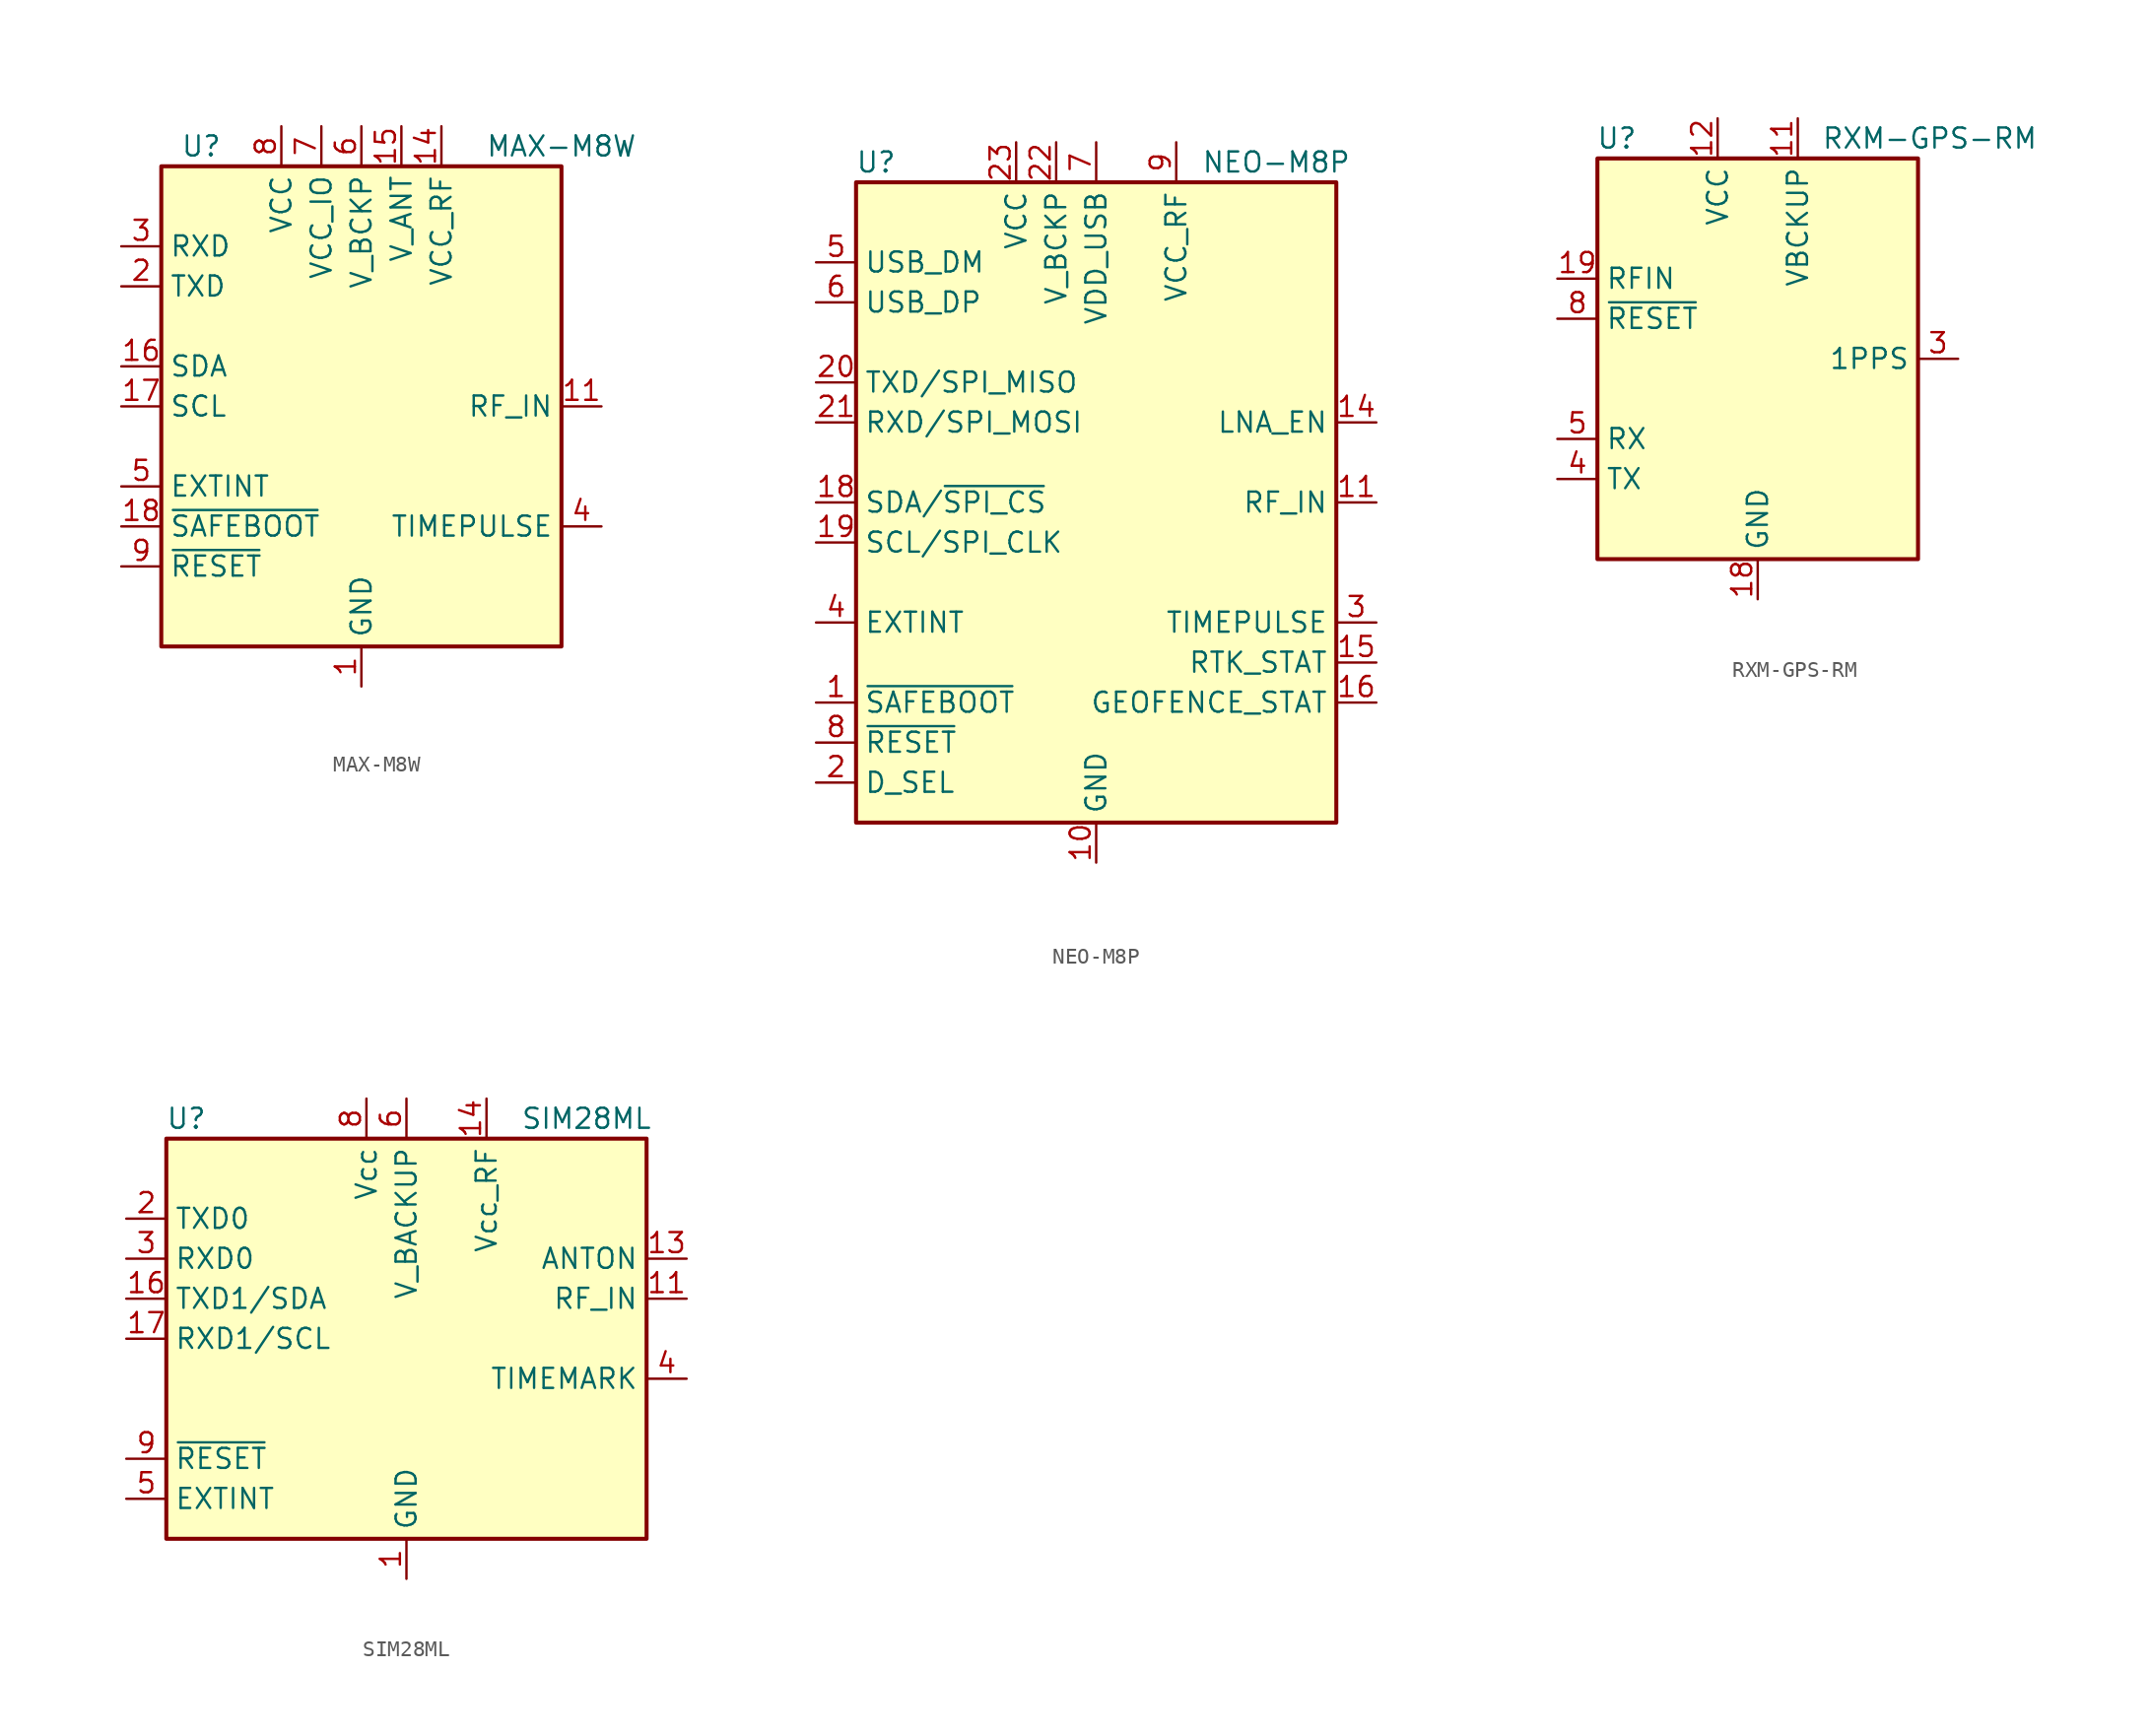
<source format=kicad_sym>
(kicad_symbol_lib
  (version 20201005)
  (generator kicad_symbol_editor)
  (symbol "MAX-M8W"
    (property "Reference" "U"
      (at -10.16 16.51 0)
      (effects (font (size 1.27 1.27))))
    (property "Value" "MAX-M8W"
      (at 12.7 16.51 0)
      (effects (font (size 1.27 1.27))))
    (symbol "MAX-M8W_0_1"
      (rectangle (start 12.7 15.24) (end -12.7 -15.24) (stroke (width 0.254)) (fill (type background))))
    (symbol "MAX-M8W_1_1"
      (pin power_in line (at 0 -17.78 90) (length 2.54) (name "GND" (effects (font (size 1.27 1.27)))) (number "1" (effects (font (size 1.27 1.27)))))
      (pin passive line (at 0 -17.78 90) (length 2.54) hide (name "GND" (effects (font (size 1.27 1.27)))) (number "10" (effects (font (size 1.27 1.27)))))
      (pin input line (at 15.24 0 180) (length 2.54) (name "RF_IN" (effects (font (size 1.27 1.27)))) (number "11" (effects (font (size 1.27 1.27)))))
      (pin passive line (at 0 -17.78 90) (length 2.54) hide (name "GND" (effects (font (size 1.27 1.27)))) (number "12" (effects (font (size 1.27 1.27)))))
      (pin no_connect line (at 12.7 -5.08 180) (length 2.54) hide (name "Reserved" (effects (font (size 1.27 1.27)))) (number "13" (effects (font (size 1.27 1.27)))))
      (pin power_out line (at 5.08 17.78 270) (length 2.54) (name "VCC_RF" (effects (font (size 1.27 1.27)))) (number "14" (effects (font (size 1.27 1.27)))))
      (pin power_in line (at 2.54 17.78 270) (length 2.54) (name "V_ANT" (effects (font (size 1.27 1.27)))) (number "15" (effects (font (size 1.27 1.27)))))
      (pin bidirectional line (at -15.24 2.54 0) (length 2.54) (name "SDA" (effects (font (size 1.27 1.27)))) (number "16" (effects (font (size 1.27 1.27)))))
      (pin input line (at -15.24 0 0) (length 2.54) (name "SCL" (effects (font (size 1.27 1.27)))) (number "17" (effects (font (size 1.27 1.27)))))
      (pin input line (at -15.24 -7.62 0) (length 2.54) (name "~SAFEBOOT" (effects (font (size 1.27 1.27)))) (number "18" (effects (font (size 1.27 1.27)))))
      (pin output line (at -15.24 7.62 0) (length 2.54) (name "TXD" (effects (font (size 1.27 1.27)))) (number "2" (effects (font (size 1.27 1.27)))))
      (pin input line (at -15.24 10.16 0) (length 2.54) (name "RXD" (effects (font (size 1.27 1.27)))) (number "3" (effects (font (size 1.27 1.27)))))
      (pin output line (at 15.24 -7.62 180) (length 2.54) (name "TIMEPULSE" (effects (font (size 1.27 1.27)))) (number "4" (effects (font (size 1.27 1.27)))))
      (pin input line (at -15.24 -5.08 0) (length 2.54) (name "EXTINT" (effects (font (size 1.27 1.27)))) (number "5" (effects (font (size 1.27 1.27)))))
      (pin power_in line (at 0 17.78 270) (length 2.54) (name "V_BCKP" (effects (font (size 1.27 1.27)))) (number "6" (effects (font (size 1.27 1.27)))))
      (pin power_in line (at -2.54 17.78 270) (length 2.54) (name "VCC_IO" (effects (font (size 1.27 1.27)))) (number "7" (effects (font (size 1.27 1.27)))))
      (pin power_in line (at -5.08 17.78 270) (length 2.54) (name "VCC" (effects (font (size 1.27 1.27)))) (number "8" (effects (font (size 1.27 1.27)))))
      (pin input line (at -15.24 -10.16 0) (length 2.54) (name "~RESET" (effects (font (size 1.27 1.27)))) (number "9" (effects (font (size 1.27 1.27)))))))
  (symbol "NEO-M8P"
    (property "Reference" "U"
      (at -13.97 21.59 0)
      (effects (font (size 1.27 1.27))))
    (property "Value" "NEO-M8P"
      (at 11.43 21.59 0)
      (effects (font (size 1.27 1.27))))
    (symbol "NEO-M8P_0_1"
      (rectangle (start -15.24 20.32) (end 15.24 -20.32) (stroke (width 0.254)) (fill (type background))))
    (symbol "NEO-M8P_1_1"
      (pin input line (at -17.78 -12.7 0) (length 2.54) (name "~SAFEBOOT" (effects (font (size 1.27 1.27)))) (number "1" (effects (font (size 1.27 1.27)))))
      (pin power_in line (at 0 -22.86 90) (length 2.54) (name "GND" (effects (font (size 1.27 1.27)))) (number "10" (effects (font (size 1.27 1.27)))))
      (pin input line (at 17.78 0 180) (length 2.54) (name "RF_IN" (effects (font (size 1.27 1.27)))) (number "11" (effects (font (size 1.27 1.27)))))
      (pin passive line (at 0 -22.86 90) (length 2.54) hide (name "GND" (effects (font (size 1.27 1.27)))) (number "12" (effects (font (size 1.27 1.27)))))
      (pin passive line (at 0 -22.86 90) (length 2.54) hide (name "GND" (effects (font (size 1.27 1.27)))) (number "13" (effects (font (size 1.27 1.27)))))
      (pin output line (at 17.78 5.08 180) (length 2.54) (name "LNA_EN" (effects (font (size 1.27 1.27)))) (number "14" (effects (font (size 1.27 1.27)))))
      (pin output line (at 17.78 -10.16 180) (length 2.54) (name "RTK_STAT" (effects (font (size 1.27 1.27)))) (number "15" (effects (font (size 1.27 1.27)))))
      (pin output line (at 17.78 -12.7 180) (length 2.54) (name "GEOFENCE_STAT" (effects (font (size 1.27 1.27)))) (number "16" (effects (font (size 1.27 1.27)))))
      (pin no_connect line (at 15.24 -17.78 180) (length 2.54) hide (name "RESERVED" (effects (font (size 1.27 1.27)))) (number "17" (effects (font (size 1.27 1.27)))))
      (pin bidirectional line (at -17.78 0 0) (length 2.54) (name "SDA/~SPI_CS" (effects (font (size 1.27 1.27)))) (number "18" (effects (font (size 1.27 1.27)))))
      (pin input line (at -17.78 -2.54 0) (length 2.54) (name "SCL/SPI_CLK" (effects (font (size 1.27 1.27)))) (number "19" (effects (font (size 1.27 1.27)))))
      (pin input line (at -17.78 -17.78 0) (length 2.54) (name "D_SEL" (effects (font (size 1.27 1.27)))) (number "2" (effects (font (size 1.27 1.27)))))
      (pin output line (at -17.78 7.62 0) (length 2.54) (name "TXD/SPI_MISO" (effects (font (size 1.27 1.27)))) (number "20" (effects (font (size 1.27 1.27)))))
      (pin input line (at -17.78 5.08 0) (length 2.54) (name "RXD/SPI_MOSI" (effects (font (size 1.27 1.27)))) (number "21" (effects (font (size 1.27 1.27)))))
      (pin power_in line (at -2.54 22.86 270) (length 2.54) (name "V_BCKP" (effects (font (size 1.27 1.27)))) (number "22" (effects (font (size 1.27 1.27)))))
      (pin power_in line (at -5.08 22.86 270) (length 2.54) (name "VCC" (effects (font (size 1.27 1.27)))) (number "23" (effects (font (size 1.27 1.27)))))
      (pin passive line (at 0 -22.86 90) (length 2.54) hide (name "GND" (effects (font (size 1.27 1.27)))) (number "24" (effects (font (size 1.27 1.27)))))
      (pin output line (at 17.78 -7.62 180) (length 2.54) (name "TIMEPULSE" (effects (font (size 1.27 1.27)))) (number "3" (effects (font (size 1.27 1.27)))))
      (pin input line (at -17.78 -7.62 0) (length 2.54) (name "EXTINT" (effects (font (size 1.27 1.27)))) (number "4" (effects (font (size 1.27 1.27)))))
      (pin bidirectional line (at -17.78 15.24 0) (length 2.54) (name "USB_DM" (effects (font (size 1.27 1.27)))) (number "5" (effects (font (size 1.27 1.27)))))
      (pin bidirectional line (at -17.78 12.7 0) (length 2.54) (name "USB_DP" (effects (font (size 1.27 1.27)))) (number "6" (effects (font (size 1.27 1.27)))))
      (pin power_in line (at 0 22.86 270) (length 2.54) (name "VDD_USB" (effects (font (size 1.27 1.27)))) (number "7" (effects (font (size 1.27 1.27)))))
      (pin input line (at -17.78 -15.24 0) (length 2.54) (name "~RESET" (effects (font (size 1.27 1.27)))) (number "8" (effects (font (size 1.27 1.27)))))
      (pin power_out line (at 5.08 22.86 270) (length 2.54) (name "VCC_RF" (effects (font (size 1.27 1.27)))) (number "9" (effects (font (size 1.27 1.27)))))))
  (symbol "RXM-GPS-RM"
    (property "Reference" "U"
      (at -7.62 13.97 0)
      (effects (font (size 1.27 1.27)) (justify right)))
    (property "Value" "RXM-GPS-RM"
      (at 17.78 13.97 0)
      (effects (font (size 1.27 1.27)) (justify right)))
    (symbol "RXM-GPS-RM_0_1"
      (rectangle (start 10.16 -12.7) (end -10.16 12.7) (stroke (width 0.254)) (fill (type background))))
    (symbol "RXM-GPS-RM_1_1"
      (pin no_connect line (at -10.16 10.16 0) (length 2.54) hide (name "NC" (effects (font (size 1.27 1.27)))) (number "1" (effects (font (size 1.27 1.27)))))
      (pin no_connect line (at 10.16 10.16 180) (length 2.54) hide (name "NC" (effects (font (size 1.27 1.27)))) (number "10" (effects (font (size 1.27 1.27)))))
      (pin power_in line (at 2.54 15.24 270) (length 2.54) (name "VBCKUP" (effects (font (size 1.27 1.27)))) (number "11" (effects (font (size 1.27 1.27)))))
      (pin power_in line (at -2.54 15.24 270) (length 2.54) (name "VCC" (effects (font (size 1.27 1.27)))) (number "12" (effects (font (size 1.27 1.27)))))
      (pin no_connect line (at 10.16 7.62 180) (length 2.54) hide (name "NC" (effects (font (size 1.27 1.27)))) (number "13" (effects (font (size 1.27 1.27)))))
      (pin no_connect line (at 10.16 5.08 180) (length 2.54) hide (name "NC" (effects (font (size 1.27 1.27)))) (number "14" (effects (font (size 1.27 1.27)))))
      (pin no_connect line (at 10.16 2.54 180) (length 2.54) hide (name "NC" (effects (font (size 1.27 1.27)))) (number "15" (effects (font (size 1.27 1.27)))))
      (pin no_connect line (at 10.16 -2.54 180) (length 2.54) hide (name "NC" (effects (font (size 1.27 1.27)))) (number "16" (effects (font (size 1.27 1.27)))))
      (pin power_in line (at 0 -15.24 90) (length 2.54) (name "GND" (effects (font (size 1.27 1.27)))) (number "18" (effects (font (size 1.27 1.27)))))
      (pin input line (at -12.7 5.08 0) (length 2.54) (name "RFIN" (effects (font (size 1.27 1.27)))) (number "19" (effects (font (size 1.27 1.27)))))
      (pin no_connect line (at -10.16 7.62 0) (length 2.54) hide (name "NC" (effects (font (size 1.27 1.27)))) (number "2" (effects (font (size 1.27 1.27)))))
      (pin passive line (at 0 -15.24 90) (length 2.54) hide (name "GND" (effects (font (size 1.27 1.27)))) (number "20" (effects (font (size 1.27 1.27)))))
      (pin passive line (at 0 -15.24 90) (length 2.54) hide (name "GND" (effects (font (size 1.27 1.27)))) (number "21" (effects (font (size 1.27 1.27)))))
      (pin passive line (at 0 -15.24 90) (length 2.54) hide (name "GND" (effects (font (size 1.27 1.27)))) (number "22" (effects (font (size 1.27 1.27)))))
      (pin output line (at 12.7 0 180) (length 2.54) (name "1PPS" (effects (font (size 1.27 1.27)))) (number "3" (effects (font (size 1.27 1.27)))))
      (pin output line (at -12.7 -7.62 0) (length 2.54) (name "TX" (effects (font (size 1.27 1.27)))) (number "4" (effects (font (size 1.27 1.27)))))
      (pin input line (at -12.7 -5.08 0) (length 2.54) (name "RX" (effects (font (size 1.27 1.27)))) (number "5" (effects (font (size 1.27 1.27)))))
      (pin no_connect line (at -10.16 0 0) (length 2.54) hide (name "NC" (effects (font (size 1.27 1.27)))) (number "6" (effects (font (size 1.27 1.27)))))
      (pin no_connect line (at -10.16 -2.54 0) (length 2.54) hide (name "NC" (effects (font (size 1.27 1.27)))) (number "7" (effects (font (size 1.27 1.27)))))
      (pin input line (at -12.7 2.54 0) (length 2.54) (name "~RESET" (effects (font (size 1.27 1.27)))) (number "8" (effects (font (size 1.27 1.27)))))
      (pin no_connect line (at -10.16 -10.16 0) (length 2.54) hide (name "NC" (effects (font (size 1.27 1.27)))) (number "9" (effects (font (size 1.27 1.27)))))))
  (symbol "SIM28ML"
    (property "Reference" "U"
      (at -13.97 13.97 0)
      (effects (font (size 1.27 1.27))))
    (property "Value" "SIM28ML"
      (at 11.43 13.97 0)
      (effects (font (size 1.27 1.27))))
    (symbol "SIM28ML_0_1"
      (rectangle (start -15.24 12.7) (end 15.24 -12.7) (stroke (width 0.254)) (fill (type background))))
    (symbol "SIM28ML_1_1"
      (pin power_in line (at 0 -15.24 90) (length 2.54) (name "GND" (effects (font (size 1.27 1.27)))) (number "1" (effects (font (size 1.27 1.27)))))
      (pin passive line (at 0 -15.24 90) (length 2.54) hide (name "GND" (effects (font (size 1.27 1.27)))) (number "10" (effects (font (size 1.27 1.27)))))
      (pin input line (at 17.78 2.54 180) (length 2.54) (name "RF_IN" (effects (font (size 1.27 1.27)))) (number "11" (effects (font (size 1.27 1.27)))))
      (pin passive line (at 0 -15.24 90) (length 2.54) hide (name "GND" (effects (font (size 1.27 1.27)))) (number "12" (effects (font (size 1.27 1.27)))))
      (pin power_out line (at 17.78 5.08 180) (length 2.54) (name "ANTON" (effects (font (size 1.27 1.27)))) (number "13" (effects (font (size 1.27 1.27)))))
      (pin power_out line (at 5.08 15.24 270) (length 2.54) (name "Vcc_RF" (effects (font (size 1.27 1.27)))) (number "14" (effects (font (size 1.27 1.27)))))
      (pin no_connect line (at 15.24 -7.62 180) (length 2.54) hide (name "NC" (effects (font (size 1.27 1.27)))) (number "15" (effects (font (size 1.27 1.27)))))
      (pin bidirectional line (at -17.78 2.54 0) (length 2.54) (name "TXD1/SDA" (effects (font (size 1.27 1.27)))) (number "16" (effects (font (size 1.27 1.27)))))
      (pin input line (at -17.78 0 0) (length 2.54) (name "RXD1/SCL" (effects (font (size 1.27 1.27)))) (number "17" (effects (font (size 1.27 1.27)))))
      (pin no_connect line (at 15.24 -10.16 180) (length 2.54) hide (name "NC" (effects (font (size 1.27 1.27)))) (number "18" (effects (font (size 1.27 1.27)))))
      (pin output line (at -17.78 7.62 0) (length 2.54) (name "TXD0" (effects (font (size 1.27 1.27)))) (number "2" (effects (font (size 1.27 1.27)))))
      (pin input line (at -17.78 5.08 0) (length 2.54) (name "RXD0" (effects (font (size 1.27 1.27)))) (number "3" (effects (font (size 1.27 1.27)))))
      (pin output line (at 17.78 -2.54 180) (length 2.54) (name "TIMEMARK" (effects (font (size 1.27 1.27)))) (number "4" (effects (font (size 1.27 1.27)))))
      (pin input line (at -17.78 -10.16 0) (length 2.54) (name "EXTINT" (effects (font (size 1.27 1.27)))) (number "5" (effects (font (size 1.27 1.27)))))
      (pin power_in line (at 0 15.24 270) (length 2.54) (name "V_BACKUP" (effects (font (size 1.27 1.27)))) (number "6" (effects (font (size 1.27 1.27)))))
      (pin no_connect line (at 15.24 -5.08 180) (length 2.54) hide (name "NC" (effects (font (size 1.27 1.27)))) (number "7" (effects (font (size 1.27 1.27)))))
      (pin power_in line (at -2.54 15.24 270) (length 2.54) (name "Vcc" (effects (font (size 1.27 1.27)))) (number "8" (effects (font (size 1.27 1.27)))))
      (pin input line (at -17.78 -7.62 0) (length 2.54) (name "~RESET" (effects (font (size 1.27 1.27)))) (number "9" (effects (font (size 1.27 1.27))))))))
</source>
